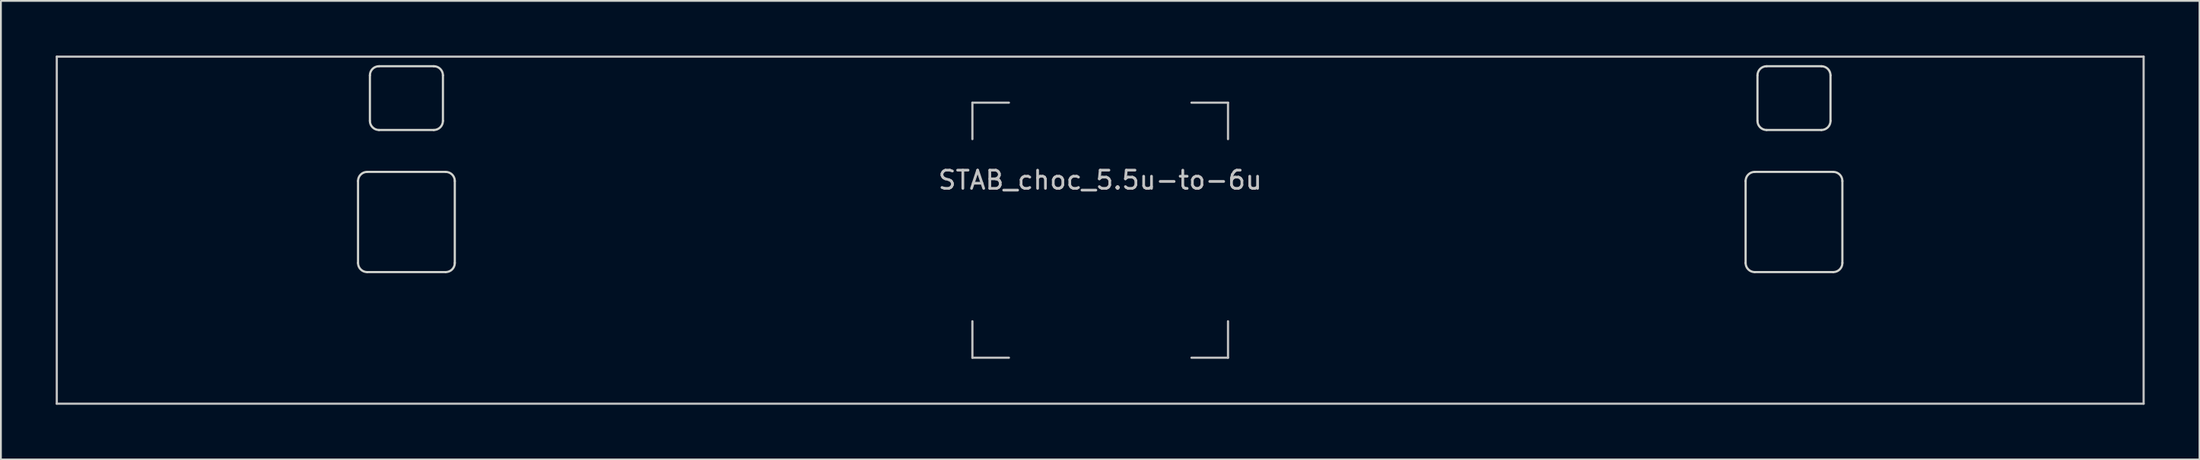
<source format=kicad_pcb>
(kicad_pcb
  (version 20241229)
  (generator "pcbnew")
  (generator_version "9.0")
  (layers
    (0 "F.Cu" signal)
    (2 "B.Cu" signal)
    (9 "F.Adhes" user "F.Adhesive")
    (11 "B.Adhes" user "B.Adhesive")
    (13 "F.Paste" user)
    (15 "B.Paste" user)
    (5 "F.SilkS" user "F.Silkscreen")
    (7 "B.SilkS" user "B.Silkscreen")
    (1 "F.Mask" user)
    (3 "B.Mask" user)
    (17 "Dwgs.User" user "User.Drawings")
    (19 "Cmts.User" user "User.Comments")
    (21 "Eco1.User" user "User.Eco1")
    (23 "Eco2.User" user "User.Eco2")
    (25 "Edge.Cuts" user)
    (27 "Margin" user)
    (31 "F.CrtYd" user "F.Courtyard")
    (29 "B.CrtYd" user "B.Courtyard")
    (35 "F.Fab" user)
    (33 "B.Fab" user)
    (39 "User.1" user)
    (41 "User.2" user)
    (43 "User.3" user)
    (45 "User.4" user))
  (footprint "STAB_choc_5.5u-to-6u"
    (layer "F.Cu")
    (at 57.21 9.585)
    (property "Reference" "STAB_choc_5.5u-to-6u" (at 0 -2.75 180) (layer "Dwgs.User") (effects (font (size 1 1) (thickness 0.15))))
    (attr exclude_from_pos_files exclude_from_bom)
    (fp_line (start -57.15 -9.525) (end -57.15 9.525) (stroke (width 0.12) (type solid)) (layer "Dwgs.User"))
    (fp_line (start -57.15 9.525) (end 57.15 9.525) (stroke (width 0.12) (type solid)) (layer "Dwgs.User"))
    (fp_line (start -7 -7) (end -7 -5) (stroke (width 0.12) (type solid)) (layer "Dwgs.User"))
    (fp_line (start -7 -7) (end -5 -7) (stroke (width 0.12) (type solid)) (layer "Dwgs.User"))
    (fp_line (start -7 7) (end -7 5) (stroke (width 0.12) (type solid)) (layer "Dwgs.User"))
    (fp_line (start -7 7) (end -5 7) (stroke (width 0.12) (type solid)) (layer "Dwgs.User"))
    (fp_line (start 7 -7) (end 5 -7) (stroke (width 0.12) (type solid)) (layer "Dwgs.User"))
    (fp_line (start 7 -7) (end 7 -5) (stroke (width 0.12) (type solid)) (layer "Dwgs.User"))
    (fp_line (start 7 5) (end 7 7) (stroke (width 0.12) (type solid)) (layer "Dwgs.User"))
    (fp_line (start 7 7) (end 5 7) (stroke (width 0.12) (type solid)) (layer "Dwgs.User"))
    (fp_line (start 57.15 -9.525) (end -57.15 -9.525) (stroke (width 0.12) (type solid)) (layer "Dwgs.User"))
    (fp_line (start 57.15 9.525) (end 57.15 -9.525) (stroke (width 0.12) (type solid)) (layer "Dwgs.User"))
    (fp_line (start -41.15 3.1) (end -41.15 -8.9) (stroke (width 0.12) (type solid)) (layer "Eco1.User"))
    (fp_line (start -40.65 -9.4) (end -35.35 -9.4) (stroke (width 0.12) (type solid)) (layer "Eco1.User"))
    (fp_line (start -40.65 3.6) (end -35.35 3.6) (stroke (width 0.12) (type solid)) (layer "Eco1.User"))
    (fp_line (start -34.85 -8.9) (end -34.85 3.1) (stroke (width 0.12) (type solid)) (layer "Eco1.User"))
    (fp_line (start 34.85 3.1) (end 34.85 -8.9) (stroke (width 0.12) (type solid)) (layer "Eco1.User"))
    (fp_line (start 35.35 -9.4) (end 40.65 -9.4) (stroke (width 0.12) (type solid)) (layer "Eco1.User"))
    (fp_line (start 35.35 3.6) (end 40.65 3.6) (stroke (width 0.12) (type solid)) (layer "Eco1.User"))
    (fp_line (start 41.15 -8.9) (end 41.15 3.1) (stroke (width 0.12) (type solid)) (layer "Eco1.User"))
    (fp_arc (start -41.15 -8.9) (mid -41.003553 -9.253553) (end -40.65 -9.4) (stroke (width 0.12) (type solid)) (layer "Eco1.User"))
    (fp_arc (start -40.65 3.6) (mid -41.003553 3.453553) (end -41.15 3.1) (stroke (width 0.12) (type solid)) (layer "Eco1.User"))
    (fp_arc (start -35.35 -9.4) (mid -34.996447 -9.253553) (end -34.85 -8.9) (stroke (width 0.12) (type solid)) (layer "Eco1.User"))
    (fp_arc (start -34.85 3.1) (mid -34.996447 3.453553) (end -35.35 3.6) (stroke (width 0.12) (type solid)) (layer "Eco1.User"))
    (fp_arc (start 34.85 -8.9) (mid 34.996447 -9.253553) (end 35.35 -9.4) (stroke (width 0.12) (type solid)) (layer "Eco1.User"))
    (fp_arc (start 35.35 3.6) (mid 34.996447 3.453553) (end 34.85 3.1) (stroke (width 0.12) (type solid)) (layer "Eco1.User"))
    (fp_arc (start 40.65 -9.4) (mid 41.003553 -9.253553) (end 41.15 -8.9) (stroke (width 0.12) (type solid)) (layer "Eco1.User"))
    (fp_arc (start 41.15 3.1) (mid 41.003553 3.453553) (end 40.65 3.6) (stroke (width 0.12) (type solid)) (layer "Eco1.User"))
    (fp_line (start -41.15 2.55) (end -41.15 -3.3) (stroke (width 0.05) (type solid)) (layer "Eco2.User"))
    (fp_line (start -40.65 -3.8) (end -40.3 -3.8) (stroke (width 0.05) (type solid)) (layer "Eco2.User"))
    (fp_line (start -40.65 3.05) (end -35.35 3.05) (stroke (width 0.05) (type solid)) (layer "Eco2.User"))
    (fp_line (start -39.8 -4.3) (end -39.8 -7.95) (stroke (width 0.05) (type solid)) (layer "Eco2.User"))
    (fp_line (start -39.3 -8.45) (end -36.7 -8.45) (stroke (width 0.05) (type solid)) (layer "Eco2.User"))
    (fp_line (start -36.2 -4.3) (end -36.2 -7.95) (stroke (width 0.05) (type solid)) (layer "Eco2.User"))
    (fp_line (start -35.35 -3.8) (end -35.7 -3.8) (stroke (width 0.05) (type solid)) (layer "Eco2.User"))
    (fp_line (start -34.85 2.55) (end -34.85 -3.3) (stroke (width 0.05) (type solid)) (layer "Eco2.User"))
    (fp_line (start 34.85 2.55) (end 34.85 -3.3) (stroke (width 0.05) (type solid)) (layer "Eco2.User"))
    (fp_line (start 35.35 -3.8) (end 35.7 -3.8) (stroke (width 0.05) (type solid)) (layer "Eco2.User"))
    (fp_line (start 36.2 -4.3) (end 36.2 -7.95) (stroke (width 0.05) (type solid)) (layer "Eco2.User"))
    (fp_line (start 39.3 -8.45) (end 36.7 -8.45) (stroke (width 0.05) (type solid)) (layer "Eco2.User"))
    (fp_line (start 39.8 -4.3) (end 39.8 -7.95) (stroke (width 0.05) (type solid)) (layer "Eco2.User"))
    (fp_line (start 40.65 -3.8) (end 40.3 -3.8) (stroke (width 0.05) (type solid)) (layer "Eco2.User"))
    (fp_line (start 40.65 3.05) (end 35.35 3.05) (stroke (width 0.05) (type solid)) (layer "Eco2.User"))
    (fp_line (start 41.15 2.55) (end 41.15 -3.3) (stroke (width 0.05) (type solid)) (layer "Eco2.User"))
    (fp_arc (start -41.15 -3.3) (mid -41.003553 -3.653553) (end -40.65 -3.8) (stroke (width 0.05) (type solid)) (layer "Eco2.User"))
    (fp_arc (start -40.65 3.05) (mid -41.003553 2.903553) (end -41.15 2.55) (stroke (width 0.05) (type solid)) (layer "Eco2.User"))
    (fp_arc (start -39.8 -7.95) (mid -39.653553 -8.303553) (end -39.3 -8.45) (stroke (width 0.05) (type solid)) (layer "Eco2.User"))
    (fp_arc (start -39.8 -4.3) (mid -39.946447 -3.946447) (end -40.3 -3.8) (stroke (width 0.05) (type solid)) (layer "Eco2.User"))
    (fp_arc (start -36.7 -8.45) (mid -36.346447 -8.303553) (end -36.2 -7.95) (stroke (width 0.05) (type solid)) (layer "Eco2.User"))
    (fp_arc (start -35.7 -3.8) (mid -36.053553 -3.946447) (end -36.2 -4.3) (stroke (width 0.05) (type solid)) (layer "Eco2.User"))
    (fp_arc (start -35.35 -3.8) (mid -34.996447 -3.653553) (end -34.85 -3.3) (stroke (width 0.05) (type solid)) (layer "Eco2.User"))
    (fp_arc (start -34.85 2.55) (mid -34.996447 2.903553) (end -35.35 3.05) (stroke (width 0.05) (type solid)) (layer "Eco2.User"))
    (fp_arc (start 34.85 -3.3) (mid 34.996447 -3.653553) (end 35.35 -3.8) (stroke (width 0.05) (type solid)) (layer "Eco2.User"))
    (fp_arc (start 35.35 3.05) (mid 34.996447 2.903553) (end 34.85 2.55) (stroke (width 0.05) (type solid)) (layer "Eco2.User"))
    (fp_arc (start 36.2 -7.95) (mid 36.346447 -8.303553) (end 36.7 -8.45) (stroke (width 0.05) (type solid)) (layer "Eco2.User"))
    (fp_arc (start 36.2 -4.3) (mid 36.053553 -3.946447) (end 35.7 -3.8) (stroke (width 0.05) (type solid)) (layer "Eco2.User"))
    (fp_arc (start 39.3 -8.45) (mid 39.653553 -8.303553) (end 39.8 -7.95) (stroke (width 0.05) (type solid)) (layer "Eco2.User"))
    (fp_arc (start 40.3 -3.8) (mid 39.946447 -3.946447) (end 39.8 -4.3) (stroke (width 0.05) (type solid)) (layer "Eco2.User"))
    (fp_arc (start 40.65 -3.8) (mid 41.003553 -3.653553) (end 41.15 -3.3) (stroke (width 0.05) (type solid)) (layer "Eco2.User"))
    (fp_arc (start 41.15 2.55) (mid 41.003553 2.903553) (end 40.65 3.05) (stroke (width 0.05) (type solid)) (layer "Eco2.User"))
    (fp_line (start -40.65 1.8) (end -40.65 -2.7) (stroke (width 0.12) (type solid)) (layer "Edge.Cuts"))
    (fp_line (start -40.15 -3.2) (end -35.85 -3.2) (stroke (width 0.12) (type solid)) (layer "Edge.Cuts"))
    (fp_line (start -40.15 2.3) (end -35.85 2.3) (stroke (width 0.12) (type solid)) (layer "Edge.Cuts"))
    (fp_line (start -40 -6) (end -40 -8.5) (stroke (width 0.12) (type solid)) (layer "Edge.Cuts"))
    (fp_line (start -39.5 -9) (end -36.5 -9) (stroke (width 0.12) (type solid)) (layer "Edge.Cuts"))
    (fp_line (start -39.5 -5.5) (end -36.5 -5.5) (stroke (width 0.12) (type solid)) (layer "Edge.Cuts"))
    (fp_line (start -36 -6) (end -36 -8.5) (stroke (width 0.12) (type solid)) (layer "Edge.Cuts"))
    (fp_line (start -35.35 1.8) (end -35.35 -2.7) (stroke (width 0.12) (type solid)) (layer "Edge.Cuts"))
    (fp_line (start 35.35 1.8) (end 35.35 -2.7) (stroke (width 0.12) (type solid)) (layer "Edge.Cuts"))
    (fp_line (start 36 -6) (end 36 -8.5) (stroke (width 0.12) (type solid)) (layer "Edge.Cuts"))
    (fp_line (start 39.5 -9) (end 36.5 -9) (stroke (width 0.12) (type solid)) (layer "Edge.Cuts"))
    (fp_line (start 39.5 -5.5) (end 36.5 -5.5) (stroke (width 0.12) (type solid)) (layer "Edge.Cuts"))
    (fp_line (start 40 -6) (end 40 -8.5) (stroke (width 0.12) (type solid)) (layer "Edge.Cuts"))
    (fp_line (start 40.15 -3.2) (end 35.85 -3.2) (stroke (width 0.12) (type solid)) (layer "Edge.Cuts"))
    (fp_line (start 40.15 2.3) (end 35.85 2.3) (stroke (width 0.12) (type solid)) (layer "Edge.Cuts"))
    (fp_line (start 40.65 1.8) (end 40.65 -2.7) (stroke (width 0.12) (type solid)) (layer "Edge.Cuts"))
    (fp_arc (start -40.65 -2.7) (mid -40.503553 -3.053553) (end -40.15 -3.2) (stroke (width 0.12) (type solid)) (layer "Edge.Cuts"))
    (fp_arc (start -40.15 2.3) (mid -40.503553 2.153553) (end -40.65 1.8) (stroke (width 0.12) (type solid)) (layer "Edge.Cuts"))
    (fp_arc (start -40 -8.5) (mid -39.853553 -8.853553) (end -39.5 -9) (stroke (width 0.12) (type solid)) (layer "Edge.Cuts"))
    (fp_arc (start -39.5 -5.5) (mid -39.853553 -5.646447) (end -40 -6) (stroke (width 0.12) (type solid)) (layer "Edge.Cuts"))
    (fp_arc (start -36.5 -9) (mid -36.146447 -8.853553) (end -36 -8.5) (stroke (width 0.12) (type solid)) (layer "Edge.Cuts"))
    (fp_arc (start -36 -6) (mid -36.146447 -5.646447) (end -36.5 -5.5) (stroke (width 0.12) (type solid)) (layer "Edge.Cuts"))
    (fp_arc (start -35.85 -3.2) (mid -35.496447 -3.053553) (end -35.35 -2.7) (stroke (width 0.12) (type solid)) (layer "Edge.Cuts"))
    (fp_arc (start -35.35 1.8) (mid -35.496447 2.153553) (end -35.85 2.3) (stroke (width 0.12) (type solid)) (layer "Edge.Cuts"))
    (fp_arc (start 35.35 -2.7) (mid 35.496447 -3.053553) (end 35.85 -3.2) (stroke (width 0.12) (type solid)) (layer "Edge.Cuts"))
    (fp_arc (start 35.85 2.3) (mid 35.496447 2.153553) (end 35.35 1.8) (stroke (width 0.12) (type solid)) (layer "Edge.Cuts"))
    (fp_arc (start 36 -8.5) (mid 36.146447 -8.853553) (end 36.5 -9) (stroke (width 0.12) (type solid)) (layer "Edge.Cuts"))
    (fp_arc (start 36.5 -5.5) (mid 36.146447 -5.646447) (end 36 -6) (stroke (width 0.12) (type solid)) (layer "Edge.Cuts"))
    (fp_arc (start 39.5 -9) (mid 39.853553 -8.853553) (end 40 -8.5) (stroke (width 0.12) (type solid)) (layer "Edge.Cuts"))
    (fp_arc (start 40 -6) (mid 39.853553 -5.646447) (end 39.5 -5.5) (stroke (width 0.12) (type solid)) (layer "Edge.Cuts"))
    (fp_arc (start 40.15 -3.2) (mid 40.503553 -3.053553) (end 40.65 -2.7) (stroke (width 0.12) (type solid)) (layer "Edge.Cuts"))
    (fp_arc (start 40.65 1.8) (mid 40.503553 2.153553) (end 40.15 2.3) (stroke (width 0.12) (type solid)) (layer "Edge.Cuts")))
  (gr_rect
    (start -3 -3)
    (end 117.42 22.17)
    (stroke (width 0.1) (type default))
    (fill no)
    (layer "Edge.Cuts")))
</source>
